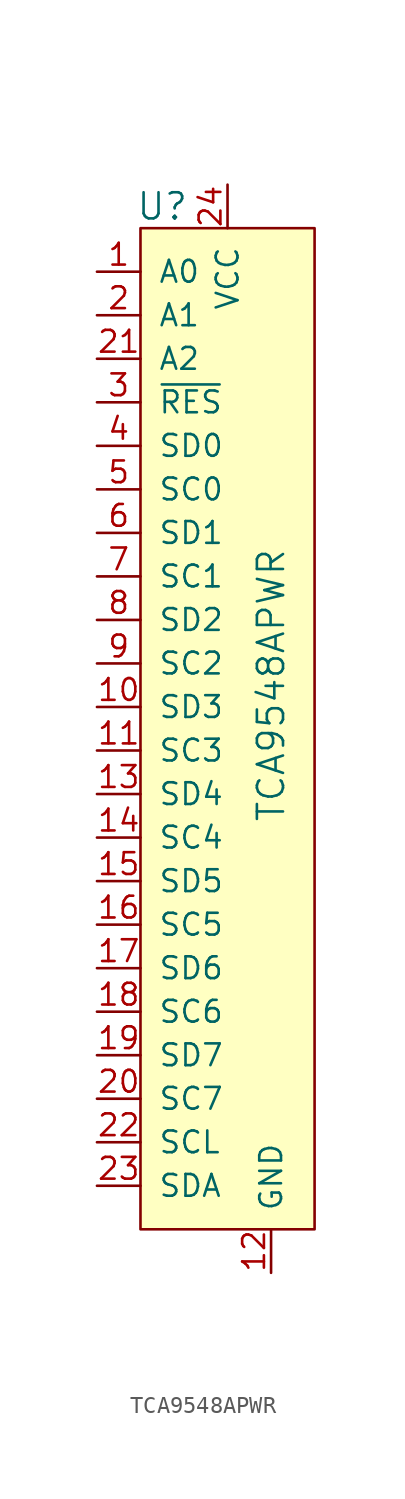
<source format=kicad_sym>
(kicad_symbol_lib
  (version 20220914)
  (generator kicad_symbol_editor)
  (symbol "TCA9548APWR"
    (pin_names
      (offset 1.016))
    (property "Reference" "U"
      (at -3.81 26.67 0)
      (effects (font (size 1.524 1.524))))
    (property "Value" "TCA9548APWR"
      (at 2.54 -1.27 90)
      (effects (font (size 1.524 1.524))))
    (symbol "TCA9548APWR_0_1"
      (rectangle (start -5.08 25.4) (end 5.08 -33.02) (stroke (width 0) (type solid)) (fill (type background))))
    (symbol "TCA9548APWR_1_1"
      (pin input line (at -7.62 22.86 0) (length 2.54) (name "A0" (effects (font (size 1.27 1.27)))) (number "1" (effects (font (size 1.27 1.27)))))
      (pin bidirectional line (at -7.62 -2.54 0) (length 2.54) (name "SD3" (effects (font (size 1.27 1.27)))) (number "10" (effects (font (size 1.27 1.27)))))
      (pin bidirectional line (at -7.62 -5.08 0) (length 2.54) (name "SC3" (effects (font (size 1.27 1.27)))) (number "11" (effects (font (size 1.27 1.27)))))
      (pin power_in line (at 2.54 -35.56 90) (length 2.54) (name "GND" (effects (font (size 1.27 1.27)))) (number "12" (effects (font (size 1.27 1.27)))))
      (pin bidirectional line (at -7.62 -7.62 0) (length 2.54) (name "SD4" (effects (font (size 1.27 1.27)))) (number "13" (effects (font (size 1.27 1.27)))))
      (pin bidirectional line (at -7.62 -10.16 0) (length 2.54) (name "SC4" (effects (font (size 1.27 1.27)))) (number "14" (effects (font (size 1.27 1.27)))))
      (pin bidirectional line (at -7.62 -12.7 0) (length 2.54) (name "SD5" (effects (font (size 1.27 1.27)))) (number "15" (effects (font (size 1.27 1.27)))))
      (pin bidirectional line (at -7.62 -15.24 0) (length 2.54) (name "SC5" (effects (font (size 1.27 1.27)))) (number "16" (effects (font (size 1.27 1.27)))))
      (pin bidirectional line (at -7.62 -17.78 0) (length 2.54) (name "SD6" (effects (font (size 1.27 1.27)))) (number "17" (effects (font (size 1.27 1.27)))))
      (pin bidirectional line (at -7.62 -20.32 0) (length 2.54) (name "SC6" (effects (font (size 1.27 1.27)))) (number "18" (effects (font (size 1.27 1.27)))))
      (pin bidirectional line (at -7.62 -22.86 0) (length 2.54) (name "SD7" (effects (font (size 1.27 1.27)))) (number "19" (effects (font (size 1.27 1.27)))))
      (pin input line (at -7.62 20.32 0) (length 2.54) (name "A1" (effects (font (size 1.27 1.27)))) (number "2" (effects (font (size 1.27 1.27)))))
      (pin bidirectional line (at -7.62 -25.4 0) (length 2.54) (name "SC7" (effects (font (size 1.27 1.27)))) (number "20" (effects (font (size 1.27 1.27)))))
      (pin input line (at -7.62 17.78 0) (length 2.54) (name "A2" (effects (font (size 1.27 1.27)))) (number "21" (effects (font (size 1.27 1.27)))))
      (pin bidirectional line (at -7.62 -27.94 0) (length 2.54) (name "SCL" (effects (font (size 1.27 1.27)))) (number "22" (effects (font (size 1.27 1.27)))))
      (pin bidirectional line (at -7.62 -30.48 0) (length 2.54) (name "SDA" (effects (font (size 1.27 1.27)))) (number "23" (effects (font (size 1.27 1.27)))))
      (pin power_in line (at 0 27.94 270) (length 2.54) (name "VCC" (effects (font (size 1.27 1.27)))) (number "24" (effects (font (size 1.27 1.27)))))
      (pin input line (at -7.62 15.24 0) (length 2.54) (name "~{RES}" (effects (font (size 1.27 1.27)))) (number "3" (effects (font (size 1.27 1.27)))))
      (pin bidirectional line (at -7.62 12.7 0) (length 2.54) (name "SD0" (effects (font (size 1.27 1.27)))) (number "4" (effects (font (size 1.27 1.27)))))
      (pin bidirectional line (at -7.62 10.16 0) (length 2.54) (name "SC0" (effects (font (size 1.27 1.27)))) (number "5" (effects (font (size 1.27 1.27)))))
      (pin bidirectional line (at -7.62 7.62 0) (length 2.54) (name "SD1" (effects (font (size 1.27 1.27)))) (number "6" (effects (font (size 1.27 1.27)))))
      (pin bidirectional line (at -7.62 5.08 0) (length 2.54) (name "SC1" (effects (font (size 1.27 1.27)))) (number "7" (effects (font (size 1.27 1.27)))))
      (pin bidirectional line (at -7.62 2.54 0) (length 2.54) (name "SD2" (effects (font (size 1.27 1.27)))) (number "8" (effects (font (size 1.27 1.27)))))
      (pin bidirectional line (at -7.62 0 0) (length 2.54) (name "SC2" (effects (font (size 1.27 1.27)))) (number "9" (effects (font (size 1.27 1.27))))))))
</source>
